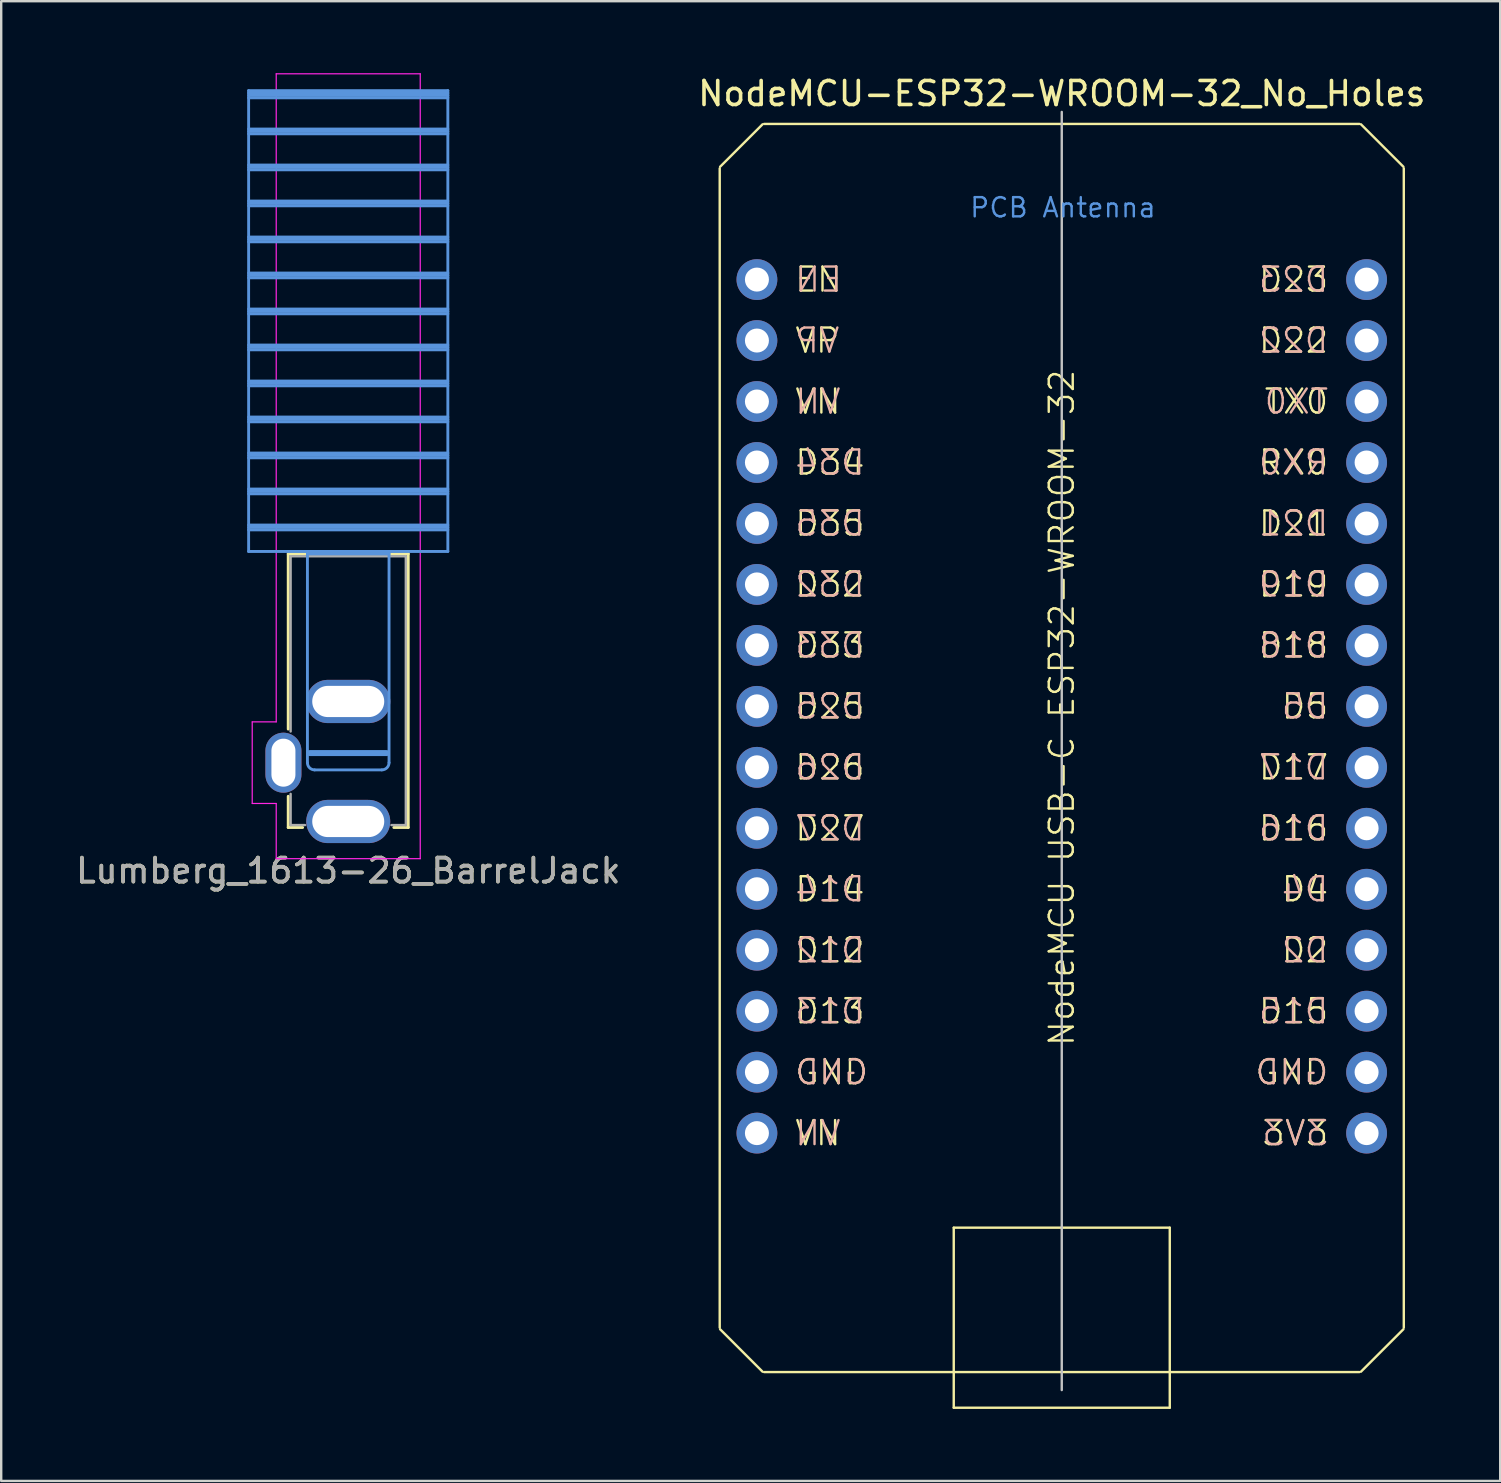
<source format=kicad_pcb>
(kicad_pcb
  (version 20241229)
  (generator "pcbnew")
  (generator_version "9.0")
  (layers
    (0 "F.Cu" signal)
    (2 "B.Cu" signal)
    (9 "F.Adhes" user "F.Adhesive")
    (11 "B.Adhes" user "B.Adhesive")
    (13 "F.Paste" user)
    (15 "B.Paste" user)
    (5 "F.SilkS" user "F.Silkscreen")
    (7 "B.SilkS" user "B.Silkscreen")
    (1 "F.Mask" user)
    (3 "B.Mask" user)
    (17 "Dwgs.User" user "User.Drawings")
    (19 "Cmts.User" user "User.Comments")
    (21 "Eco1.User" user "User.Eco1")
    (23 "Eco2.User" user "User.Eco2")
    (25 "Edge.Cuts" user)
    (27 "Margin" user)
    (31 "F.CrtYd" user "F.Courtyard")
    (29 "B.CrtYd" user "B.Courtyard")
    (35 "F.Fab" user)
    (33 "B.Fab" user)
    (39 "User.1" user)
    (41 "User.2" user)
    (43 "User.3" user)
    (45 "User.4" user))
  (footprint "Lumberg_1613-26_BarrelJack"
    (layer "F.Cu")
    (at 11.458 21.025)
    (property "Reference" "Lumberg_1613-26_BarrelJack" (at 0 12.2 0) (layer "F.SilkS") (effects (font (size 1 1) (thickness 0.15))))
    (attr through_hole)
    (fp_line (start -2.5 -1) (end 2.5 -1) (stroke (width 0.12) (type solid)) (layer "F.SilkS"))
    (fp_line (start -2.5 6.3) (end -2.5 -1) (stroke (width 0.12) (type solid)) (layer "F.SilkS"))
    (fp_line (start -2.5 10.4) (end -2.5 9.1) (stroke (width 0.12) (type solid)) (layer "F.SilkS"))
    (fp_line (start -1.9 10.4) (end -2.5 10.4) (stroke (width 0.12) (type solid)) (layer "F.SilkS"))
    (fp_line (start 2.5 -1) (end 2.5 10.4) (stroke (width 0.12) (type solid)) (layer "F.SilkS"))
    (fp_line (start 2.5 10.4) (end 1.9 10.4) (stroke (width 0.12) (type solid)) (layer "F.SilkS"))
    (fp_line (start -4.15 -20.3) (end 4.15 -20.3) (stroke (width 0.12) (type solid)) (layer "Cmts.User"))
    (fp_line (start -4.15 -20.2) (end 4.15 -20.2) (stroke (width 0.12) (type solid)) (layer "Cmts.User"))
    (fp_line (start -4.15 -20.1) (end 4.15 -20.1) (stroke (width 0.12) (type solid)) (layer "Cmts.User"))
    (fp_line (start -4.15 -20) (end 4.15 -20) (stroke (width 0.12) (type solid)) (layer "Cmts.User"))
    (fp_line (start -4.15 -18.7) (end 4.15 -18.7) (stroke (width 0.12) (type solid)) (layer "Cmts.User"))
    (fp_line (start -4.15 -18.6) (end 4.15 -18.6) (stroke (width 0.12) (type solid)) (layer "Cmts.User"))
    (fp_line (start -4.15 -18.5) (end 4.15 -18.5) (stroke (width 0.12) (type solid)) (layer "Cmts.User"))
    (fp_line (start -4.15 -17.2) (end 4.15 -17.2) (stroke (width 0.12) (type solid)) (layer "Cmts.User"))
    (fp_line (start -4.15 -17.1) (end 4.15 -17.1) (stroke (width 0.12) (type solid)) (layer "Cmts.User"))
    (fp_line (start -4.15 -17) (end 4.15 -17) (stroke (width 0.12) (type solid)) (layer "Cmts.User"))
    (fp_line (start -4.15 -15.7) (end 4.15 -15.7) (stroke (width 0.12) (type solid)) (layer "Cmts.User"))
    (fp_line (start -4.15 -15.6) (end 4.15 -15.6) (stroke (width 0.12) (type solid)) (layer "Cmts.User"))
    (fp_line (start -4.15 -15.5) (end 4.15 -15.5) (stroke (width 0.12) (type solid)) (layer "Cmts.User"))
    (fp_line (start -4.15 -14.2) (end 4.15 -14.2) (stroke (width 0.12) (type solid)) (layer "Cmts.User"))
    (fp_line (start -4.15 -14.1) (end 4.15 -14.1) (stroke (width 0.12) (type solid)) (layer "Cmts.User"))
    (fp_line (start -4.15 -14) (end 4.15 -14) (stroke (width 0.12) (type solid)) (layer "Cmts.User"))
    (fp_line (start -4.15 -12.7) (end 4.15 -12.7) (stroke (width 0.12) (type solid)) (layer "Cmts.User"))
    (fp_line (start -4.15 -12.6) (end 4.15 -12.6) (stroke (width 0.12) (type solid)) (layer "Cmts.User"))
    (fp_line (start -4.15 -12.5) (end 4.15 -12.5) (stroke (width 0.12) (type solid)) (layer "Cmts.User"))
    (fp_line (start -4.15 -11.2) (end 4.15 -11.2) (stroke (width 0.12) (type solid)) (layer "Cmts.User"))
    (fp_line (start -4.15 -11.1) (end 4.15 -11.1) (stroke (width 0.12) (type solid)) (layer "Cmts.User"))
    (fp_line (start -4.15 -11) (end 4.15 -11) (stroke (width 0.12) (type solid)) (layer "Cmts.User"))
    (fp_line (start -4.15 -9.7) (end 4.15 -9.7) (stroke (width 0.12) (type solid)) (layer "Cmts.User"))
    (fp_line (start -4.15 -9.6) (end 4.15 -9.6) (stroke (width 0.12) (type solid)) (layer "Cmts.User"))
    (fp_line (start -4.15 -9.5) (end 4.15 -9.5) (stroke (width 0.12) (type solid)) (layer "Cmts.User"))
    (fp_line (start -4.15 -8.2) (end 4.15 -8.2) (stroke (width 0.12) (type solid)) (layer "Cmts.User"))
    (fp_line (start -4.15 -8.1) (end 4.15 -8.1) (stroke (width 0.12) (type solid)) (layer "Cmts.User"))
    (fp_line (start -4.15 -8) (end 4.15 -8) (stroke (width 0.12) (type solid)) (layer "Cmts.User"))
    (fp_line (start -4.15 -6.7) (end 4.15 -6.7) (stroke (width 0.12) (type solid)) (layer "Cmts.User"))
    (fp_line (start -4.15 -6.6) (end 4.15 -6.6) (stroke (width 0.12) (type solid)) (layer "Cmts.User"))
    (fp_line (start -4.15 -6.5) (end 4.15 -6.5) (stroke (width 0.12) (type solid)) (layer "Cmts.User"))
    (fp_line (start -4.15 -5.2) (end 4.15 -5.2) (stroke (width 0.12) (type solid)) (layer "Cmts.User"))
    (fp_line (start -4.15 -5.1) (end 4.15 -5.1) (stroke (width 0.12) (type solid)) (layer "Cmts.User"))
    (fp_line (start -4.15 -5) (end 4.15 -5) (stroke (width 0.12) (type solid)) (layer "Cmts.User"))
    (fp_line (start -4.15 -3.7) (end 4.15 -3.7) (stroke (width 0.12) (type solid)) (layer "Cmts.User"))
    (fp_line (start -4.15 -3.6) (end 4.15 -3.6) (stroke (width 0.12) (type solid)) (layer "Cmts.User"))
    (fp_line (start -4.15 -3.5) (end 4.15 -3.5) (stroke (width 0.12) (type solid)) (layer "Cmts.User"))
    (fp_line (start -4.15 -2.2) (end 4.15 -2.2) (stroke (width 0.12) (type solid)) (layer "Cmts.User"))
    (fp_line (start -4.15 -2.1) (end 4.15 -2.1) (stroke (width 0.12) (type solid)) (layer "Cmts.User"))
    (fp_line (start -4.15 -2) (end 4.15 -2) (stroke (width 0.12) (type solid)) (layer "Cmts.User"))
    (fp_line (start -4.15 -1.1) (end -4.15 -20.3) (stroke (width 0.12) (type solid)) (layer "Cmts.User"))
    (fp_line (start -1.7 -1) (end -1.7 7.7) (stroke (width 0.12) (type solid)) (layer "Cmts.User"))
    (fp_line (start -1.6 7.3) (end 1.6 7.3) (stroke (width 0.25) (type solid)) (layer "Cmts.User"))
    (fp_line (start -1.4 8) (end 1.4 8) (stroke (width 0.12) (type solid)) (layer "Cmts.User"))
    (fp_line (start 1.7 -1) (end -1.7 -1) (stroke (width 0.12) (type solid)) (layer "Cmts.User"))
    (fp_line (start 1.7 7.7) (end 1.7 -1) (stroke (width 0.12) (type solid)) (layer "Cmts.User"))
    (fp_line (start 4.15 -20.3) (end 4.15 -1.1) (stroke (width 0.12) (type solid)) (layer "Cmts.User"))
    (fp_line (start 4.15 -1.1) (end -4.15 -1.1) (stroke (width 0.12) (type solid)) (layer "Cmts.User"))
    (fp_arc (start -1.4 8) (mid -1.612132 7.912132) (end -1.7 7.7) (stroke (width 0.12) (type solid)) (layer "Cmts.User"))
    (fp_arc (start 1.7 7.7) (mid 1.612132 7.912132) (end 1.4 8) (stroke (width 0.12) (type solid)) (layer "Cmts.User"))
    (fp_line (start -4 6) (end -4 9.4) (stroke (width 0.05) (type solid)) (layer "F.CrtYd"))
    (fp_line (start -4 6) (end -3 6) (stroke (width 0.05) (type solid)) (layer "F.CrtYd"))
    (fp_line (start -4 9.4) (end -3 9.4) (stroke (width 0.05) (type solid)) (layer "F.CrtYd"))
    (fp_line (start -3 -21) (end -3 6) (stroke (width 0.05) (type solid)) (layer "F.CrtYd"))
    (fp_line (start -3 9.4) (end -3 11.7) (stroke (width 0.05) (type solid)) (layer "F.CrtYd"))
    (fp_line (start -3 11.7) (end 3 11.7) (stroke (width 0.05) (type solid)) (layer "F.CrtYd"))
    (fp_line (start 3 -21) (end -3 -21) (stroke (width 0.05) (type solid)) (layer "F.CrtYd"))
    (fp_line (start 3 -21) (end 3 11.7) (stroke (width 0.05) (type solid)) (layer "F.CrtYd"))
    (fp_line (start -2.4 6.4) (end -2.4 -0.9) (stroke (width 0.1) (type solid)) (layer "F.Fab"))
    (fp_line (start -2.4 10.3) (end -2.4 9) (stroke (width 0.1) (type solid)) (layer "F.Fab"))
    (fp_line (start -1.8 10.3) (end -2.4 10.3) (stroke (width 0.1) (type solid)) (layer "F.Fab"))
    (fp_line (start 2.4 -0.9) (end -2.4 -0.9) (stroke (width 0.1) (type solid)) (layer "F.Fab"))
    (fp_line (start 2.4 -0.9) (end 2.4 10.3) (stroke (width 0.1) (type solid)) (layer "F.Fab"))
    (fp_line (start 2.4 10.3) (end 1.8 10.3) (stroke (width 0.1) (type solid)) (layer "F.Fab"))
    (fp_text user "${REFERENCE}" (at 0 12.2 0) (layer "F.Fab") (effects (font (size 1 1) (thickness 0.15))))
    (pad "1" thru_hole oval (at 0 10.15) (size 3.5 1.8) (drill oval 3 1.3) (layers "*.Cu" "*.Mask"))
    (pad "2" thru_hole oval (at 0 5.15) (size 3.5 1.8) (drill oval 3 1.3) (layers "*.Cu" "*.Mask"))
    (pad "3" thru_hole oval (at -2.7 7.7 90) (size 2.5 1.5) (drill oval 2 1) (layers "*.Cu" "*.Mask")))
  (footprint "NodeMCU-ESP32-WROOM-32_No_Holes"
    (layer "F.Cu")
    (at 28.485 8.598)
    (property "Reference" "NodeMCU-ESP32-WROOM-32_No_Holes" (at 12.7 -7.75 0) (layer "F.SilkS") (effects (font (size 1 1) (thickness 0.15))))
    (attr through_hole)
    (fp_line (start -1.55 43.665) (end -1.55 -4.635) (stroke (width 0.1) (type default)) (layer "F.SilkS"))
    (fp_line (start 0.234 -6.469) (end -1.534 -4.701) (stroke (width 0.1) (type default)) (layer "F.SilkS"))
    (fp_line (start 0.234 45.499) (end -1.534 43.731) (stroke (width 0.1) (type default)) (layer "F.SilkS"))
    (fp_line (start 0.3 -6.485) (end 25.1 -6.485) (stroke (width 0.1) (type default)) (layer "F.SilkS"))
    (fp_line (start 8.2 39.5) (end 8.2 47) (stroke (width 0.1) (type default)) (layer "F.SilkS"))
    (fp_line (start 8.2 47) (end 17.2 47) (stroke (width 0.1) (type default)) (layer "F.SilkS"))
    (fp_line (start 17.2 39.5) (end 8.2 39.5) (stroke (width 0.1) (type default)) (layer "F.SilkS"))
    (fp_line (start 17.2 47) (end 17.2 39.5) (stroke (width 0.1) (type default)) (layer "F.SilkS"))
    (fp_line (start 25.1 45.515) (end 0.3 45.515) (stroke (width 0.1) (type default)) (layer "F.SilkS"))
    (fp_line (start 26.934 -4.701) (end 25.166 -6.469) (stroke (width 0.1) (type default)) (layer "F.SilkS"))
    (fp_line (start 26.934 43.731) (end 25.166 45.499) (stroke (width 0.1) (type default)) (layer "F.SilkS"))
    (fp_line (start 26.95 -4.635) (end 26.95 43.665) (stroke (width 0.1) (type default)) (layer "F.SilkS"))
    (fp_line (start 12.7 -6.985) (end 12.7 46.265) (stroke (width 0.1) (type default)) (layer "Dwgs.User"))
    (fp_text user "GND" (at 1.524 33.02 0) (unlocked yes) (layer "F.SilkS") (effects (font (size 1 1) (thickness 0.1)) (justify left)))
    (fp_text user "D32" (at 1.524 12.7 0) (unlocked yes) (layer "F.SilkS") (effects (font (size 1 1) (thickness 0.1)) (justify left)))
    (fp_text user "3V3" (at 23.876 35.56 0) (unlocked yes) (layer "F.SilkS") (effects (font (size 1 1) (thickness 0.1)) (justify right)))
    (fp_text user "NodeMCU USB-C ESP32-WROOM-32" (at 12.7 32.004 90) (unlocked yes) (layer "F.SilkS") (effects (font (size 1 1) (thickness 0.1)) (justify left)))
    (fp_text user "D5" (at 23.876 17.78 0) (unlocked yes) (layer "F.SilkS") (effects (font (size 1 1) (thickness 0.1)) (justify right)))
    (fp_text user "RX0" (at 23.876 7.62 0) (unlocked yes) (layer "F.SilkS") (effects (font (size 1 1) (thickness 0.1)) (justify right)))
    (fp_text user "D33" (at 1.524 15.24 0) (unlocked yes) (layer "F.SilkS") (effects (font (size 1 1) (thickness 0.1)) (justify left)))
    (fp_text user "D22" (at 23.876 2.54 0) (unlocked yes) (layer "F.SilkS") (effects (font (size 1 1) (thickness 0.1)) (justify right)))
    (fp_text user "D25" (at 1.524 17.78 0) (unlocked yes) (layer "F.SilkS") (effects (font (size 1 1) (thickness 0.1)) (justify left)))
    (fp_text user "D12" (at 1.524 27.94 0) (unlocked yes) (layer "F.SilkS") (effects (font (size 1 1) (thickness 0.1)) (justify left)))
    (fp_text user "VN" (at 1.524 35.56 0) (unlocked yes) (layer "F.SilkS") (effects (font (size 1 1) (thickness 0.1)) (justify left)))
    (fp_text user "D2" (at 23.876 27.94 0) (unlocked yes) (layer "F.SilkS") (effects (font (size 1 1) (thickness 0.1)) (justify right)))
    (fp_text user "D26" (at 1.524 20.32 0) (unlocked yes) (layer "F.SilkS") (effects (font (size 1 1) (thickness 0.1)) (justify left)))
    (fp_text user "D16" (at 23.876 22.86 0) (unlocked yes) (layer "F.SilkS") (effects (font (size 1 1) (thickness 0.1)) (justify right)))
    (fp_text user "VP" (at 1.524 2.54 0) (unlocked yes) (layer "F.SilkS") (effects (font (size 1 1) (thickness 0.1)) (justify left)))
    (fp_text user "D23" (at 23.876 0 0) (unlocked yes) (layer "F.SilkS") (effects (font (size 1 1) (thickness 0.1)) (justify right)))
    (fp_text user "D14" (at 1.524 25.4 0) (unlocked yes) (layer "F.SilkS") (effects (font (size 1 1) (thickness 0.1)) (justify left)))
    (fp_text user "D13" (at 1.524 30.48 0) (unlocked yes) (layer "F.SilkS") (effects (font (size 1 1) (thickness 0.1)) (justify left)))
    (fp_text user "D4" (at 23.876 25.4 0) (unlocked yes) (layer "F.SilkS") (effects (font (size 1 1) (thickness 0.1)) (justify right)))
    (fp_text user "D15" (at 23.876 30.48 0) (unlocked yes) (layer "F.SilkS") (effects (font (size 1 1) (thickness 0.1)) (justify right)))
    (fp_text user "D34" (at 1.524 7.62 0) (unlocked yes) (layer "F.SilkS") (effects (font (size 1 1) (thickness 0.1)) (justify left)))
    (fp_text user "VN" (at 1.524 5.08 0) (unlocked yes) (layer "F.SilkS") (effects (font (size 1 1) (thickness 0.1)) (justify left)))
    (fp_text user "D18" (at 23.876 15.24 0) (unlocked yes) (layer "F.SilkS") (effects (font (size 1 1) (thickness 0.1)) (justify right)))
    (fp_text user "GND" (at 23.876 33.02 0) (unlocked yes) (layer "F.SilkS") (effects (font (size 1 1) (thickness 0.1)) (justify right)))
    (fp_text user "D17" (at 23.876 20.32 0) (unlocked yes) (layer "F.SilkS") (effects (font (size 1 1) (thickness 0.1)) (justify right)))
    (fp_text user "D21" (at 23.876 10.16 0) (unlocked yes) (layer "F.SilkS") (effects (font (size 1 1) (thickness 0.1)) (justify right)))
    (fp_text user "TX0" (at 23.876 5.08 0) (unlocked yes) (layer "F.SilkS") (effects (font (size 1 1) (thickness 0.1)) (justify right)))
    (fp_text user "EN" (at 1.524 0 0) (unlocked yes) (layer "F.SilkS") (effects (font (size 1 1) (thickness 0.1)) (justify left)))
    (fp_text user "D35" (at 1.524 10.16 0) (unlocked yes) (layer "F.SilkS") (effects (font (size 1 1) (thickness 0.1)) (justify left)))
    (fp_text user "D27" (at 1.524 22.86 0) (unlocked yes) (layer "F.SilkS") (effects (font (size 1 1) (thickness 0.1)) (justify left)))
    (fp_text user "D19" (at 23.876 12.7 0) (unlocked yes) (layer "F.SilkS") (effects (font (size 1 1) (thickness 0.1)) (justify right)))
    (fp_text user "D4" (at 23.876 25.4 0) (unlocked yes) (layer "B.SilkS") (effects (font (size 1 1) (thickness 0.1)) (justify left mirror)))
    (fp_text user "3V3" (at 23.876 35.56 0) (unlocked yes) (layer "B.SilkS") (effects (font (size 1 1) (thickness 0.1)) (justify left mirror)))
    (fp_text user "D35" (at 1.524 10.16 0) (unlocked yes) (layer "B.SilkS") (effects (font (size 1 1) (thickness 0.1)) (justify right mirror)))
    (fp_text user "RX0" (at 23.876 7.62 0) (unlocked yes) (layer "B.SilkS") (effects (font (size 1 1) (thickness 0.1)) (justify left mirror)))
    (fp_text user "D21" (at 23.876 10.16 0) (unlocked yes) (layer "B.SilkS") (effects (font (size 1 1) (thickness 0.1)) (justify left mirror)))
    (fp_text user "D13" (at 1.524 30.48 0) (unlocked yes) (layer "B.SilkS") (effects (font (size 1 1) (thickness 0.1)) (justify right mirror)))
    (fp_text user "D18" (at 23.876 15.24 0) (unlocked yes) (layer "B.SilkS") (effects (font (size 1 1) (thickness 0.1)) (justify left mirror)))
    (fp_text user "D33" (at 1.524 15.24 0) (unlocked yes) (layer "B.SilkS") (effects (font (size 1 1) (thickness 0.1)) (justify right mirror)))
    (fp_text user "VN" (at 1.524 5.08 0) (unlocked yes) (layer "B.SilkS") (effects (font (size 1 1) (thickness 0.1)) (justify right mirror)))
    (fp_text user "GND" (at 23.876 33.02 0) (unlocked yes) (layer "B.SilkS") (effects (font (size 1 1) (thickness 0.1)) (justify left mirror)))
    (fp_text user "D12" (at 1.524 27.94 0) (unlocked yes) (layer "B.SilkS") (effects (font (size 1 1) (thickness 0.1)) (justify right mirror)))
    (fp_text user "D27" (at 1.524 22.86 0) (unlocked yes) (layer "B.SilkS") (effects (font (size 1 1) (thickness 0.1)) (justify right mirror)))
    (fp_text user "D25" (at 1.524 17.78 0) (unlocked yes) (layer "B.SilkS") (effects (font (size 1 1) (thickness 0.1)) (justify right mirror)))
    (fp_text user "D14" (at 1.524 25.4 0) (unlocked yes) (layer "B.SilkS") (effects (font (size 1 1) (thickness 0.1)) (justify right mirror)))
    (fp_text user "D32" (at 1.524 12.7 0) (unlocked yes) (layer "B.SilkS") (effects (font (size 1 1) (thickness 0.1)) (justify right mirror)))
    (fp_text user "D34" (at 1.524 7.62 0) (unlocked yes) (layer "B.SilkS") (effects (font (size 1 1) (thickness 0.1)) (justify right mirror)))
    (fp_text user "D26" (at 1.524 20.32 0) (unlocked yes) (layer "B.SilkS") (effects (font (size 1 1) (thickness 0.1)) (justify right mirror)))
    (fp_text user "D5" (at 23.876 17.78 0) (unlocked yes) (layer "B.SilkS") (effects (font (size 1 1) (thickness 0.1)) (justify left mirror)))
    (fp_text user "D17" (at 23.876 20.32 0) (unlocked yes) (layer "B.SilkS") (effects (font (size 1 1) (thickness 0.1)) (justify left mirror)))
    (fp_text user "D16" (at 23.876 22.86 0) (unlocked yes) (layer "B.SilkS") (effects (font (size 1 1) (thickness 0.1)) (justify left mirror)))
    (fp_text user "VP" (at 1.524 2.54 0) (unlocked yes) (layer "B.SilkS") (effects (font (size 1 1) (thickness 0.1)) (justify right mirror)))
    (fp_text user "D23" (at 23.876 0 0) (unlocked yes) (layer "B.SilkS") (effects (font (size 1 1) (thickness 0.1)) (justify left mirror)))
    (fp_text user "D19" (at 23.876 12.7 0) (unlocked yes) (layer "B.SilkS") (effects (font (size 1 1) (thickness 0.1)) (justify left mirror)))
    (fp_text user "TX0" (at 23.876 5.08 0) (unlocked yes) (layer "B.SilkS") (effects (font (size 1 1) (thickness 0.1)) (justify left mirror)))
    (fp_text user "D15" (at 23.876 30.48 0) (unlocked yes) (layer "B.SilkS") (effects (font (size 1 1) (thickness 0.1)) (justify left mirror)))
    (fp_text user "GND" (at 1.524 33.02 0) (unlocked yes) (layer "B.SilkS") (effects (font (size 1 1) (thickness 0.1)) (justify right mirror)))
    (fp_text user "D22" (at 23.876 2.54 0) (unlocked yes) (layer "B.SilkS") (effects (font (size 1 1) (thickness 0.1)) (justify left mirror)))
    (fp_text user "D2" (at 23.876 27.94 0) (unlocked yes) (layer "B.SilkS") (effects (font (size 1 1) (thickness 0.1)) (justify left mirror)))
    (fp_text user "EN" (at 1.524 0 0) (unlocked yes) (layer "B.SilkS") (effects (font (size 1 1) (thickness 0.1)) (justify right mirror)))
    (fp_text user "VN" (at 1.524 35.56 0) (unlocked yes) (layer "B.SilkS") (effects (font (size 1 1) (thickness 0.1)) (justify right mirror)))
    (fp_text user "PCB Antenna" (at 12.75 -3 0) (unlocked yes) (layer "Cmts.User") (effects (font (size 0.8 0.8) (thickness 0.1))))
    (pad "1" thru_hole oval (at 0 0) (size 1.7 1.7) (drill 1) (layers "*.Cu" "*.Mask"))
    (pad "2" thru_hole oval (at 0 2.54) (size 1.7 1.7) (drill 1) (layers "*.Cu" "*.Mask"))
    (pad "3" thru_hole oval (at 0 5.08) (size 1.7 1.7) (drill 1) (layers "*.Cu" "*.Mask"))
    (pad "4" thru_hole oval (at 0 7.62) (size 1.7 1.7) (drill 1) (layers "*.Cu" "*.Mask"))
    (pad "5" thru_hole oval (at 0 10.16) (size 1.7 1.7) (drill 1) (layers "*.Cu" "*.Mask"))
    (pad "6" thru_hole oval (at 0 12.7) (size 1.7 1.7) (drill 1) (layers "*.Cu" "*.Mask"))
    (pad "7" thru_hole oval (at 0 15.24) (size 1.7 1.7) (drill 1) (layers "*.Cu" "*.Mask"))
    (pad "8" thru_hole oval (at 0 17.78) (size 1.7 1.7) (drill 1) (layers "*.Cu" "*.Mask"))
    (pad "9" thru_hole oval (at 0 20.32) (size 1.7 1.7) (drill 1) (layers "*.Cu" "*.Mask"))
    (pad "10" thru_hole oval (at 0 22.86) (size 1.7 1.7) (drill 1) (layers "*.Cu" "*.Mask"))
    (pad "11" thru_hole oval (at 0 25.4) (size 1.7 1.7) (drill 1) (layers "*.Cu" "*.Mask"))
    (pad "12" thru_hole oval (at 0 27.94) (size 1.7 1.7) (drill 1) (layers "*.Cu" "*.Mask"))
    (pad "13" thru_hole oval (at 0 30.48) (size 1.7 1.7) (drill 1) (layers "*.Cu" "*.Mask"))
    (pad "14" thru_hole oval (at 0 33.02) (size 1.7 1.7) (drill 1) (layers "*.Cu" "*.Mask"))
    (pad "15" thru_hole oval (at 0 35.56) (size 1.7 1.7) (drill 1) (layers "*.Cu" "*.Mask"))
    (pad "16" thru_hole oval (at 25.4 35.56) (size 1.7 1.7) (drill 1) (layers "*.Cu" "*.Mask"))
    (pad "17" thru_hole oval (at 25.4 33.02) (size 1.7 1.7) (drill 1) (layers "*.Cu" "*.Mask"))
    (pad "18" thru_hole oval (at 25.4 30.48) (size 1.7 1.7) (drill 1) (layers "*.Cu" "*.Mask"))
    (pad "19" thru_hole oval (at 25.4 27.94) (size 1.7 1.7) (drill 1) (layers "*.Cu" "*.Mask"))
    (pad "20" thru_hole oval (at 25.4 25.4) (size 1.7 1.7) (drill 1) (layers "*.Cu" "*.Mask"))
    (pad "21" thru_hole oval (at 25.4 22.86) (size 1.7 1.7) (drill 1) (layers "*.Cu" "*.Mask"))
    (pad "22" thru_hole oval (at 25.4 20.32) (size 1.7 1.7) (drill 1) (layers "*.Cu" "*.Mask"))
    (pad "23" thru_hole oval (at 25.4 17.78) (size 1.7 1.7) (drill 1) (layers "*.Cu" "*.Mask"))
    (pad "24" thru_hole oval (at 25.4 15.24) (size 1.7 1.7) (drill 1) (layers "*.Cu" "*.Mask"))
    (pad "25" thru_hole oval (at 25.4 12.7) (size 1.7 1.7) (drill 1) (layers "*.Cu" "*.Mask"))
    (pad "26" thru_hole oval (at 25.4 10.16) (size 1.7 1.7) (drill 1) (layers "*.Cu" "*.Mask"))
    (pad "27" thru_hole oval (at 25.4 7.62) (size 1.7 1.7) (drill 1) (layers "*.Cu" "*.Mask"))
    (pad "28" thru_hole oval (at 25.4 5.08) (size 1.7 1.7) (drill 1) (layers "*.Cu" "*.Mask"))
    (pad "29" thru_hole oval (at 25.4 2.54) (size 1.7 1.7) (drill 1) (layers "*.Cu" "*.Mask"))
    (pad "30" thru_hole oval (at 25.4 0) (size 1.7 1.7) (drill 1) (layers "*.Cu" "*.Mask"))
    (zone (net_name "") (layer "F.SilkS") (name "PCB Antenna") (hatch edge 1) (connect_pads) (min_thickness 0.25) (filled_areas_thickness no) (keepout (tracks not_allowed) (vias not_allowed) (pads not_allowed) (copperpour allowed) (footprints allowed)) (placement (enabled no)) (fill) (polygon (pts (xy 32.185 2.613) (xy 50.185 2.613) (xy 50.185 8.613) (xy 32.185 8.613)))))
  (gr_rect
    (start -3 -3)
    (end 59.452 58.648)
    (stroke (width 0.1) (type default))
    (fill no)
    (layer "Edge.Cuts")))
</source>
